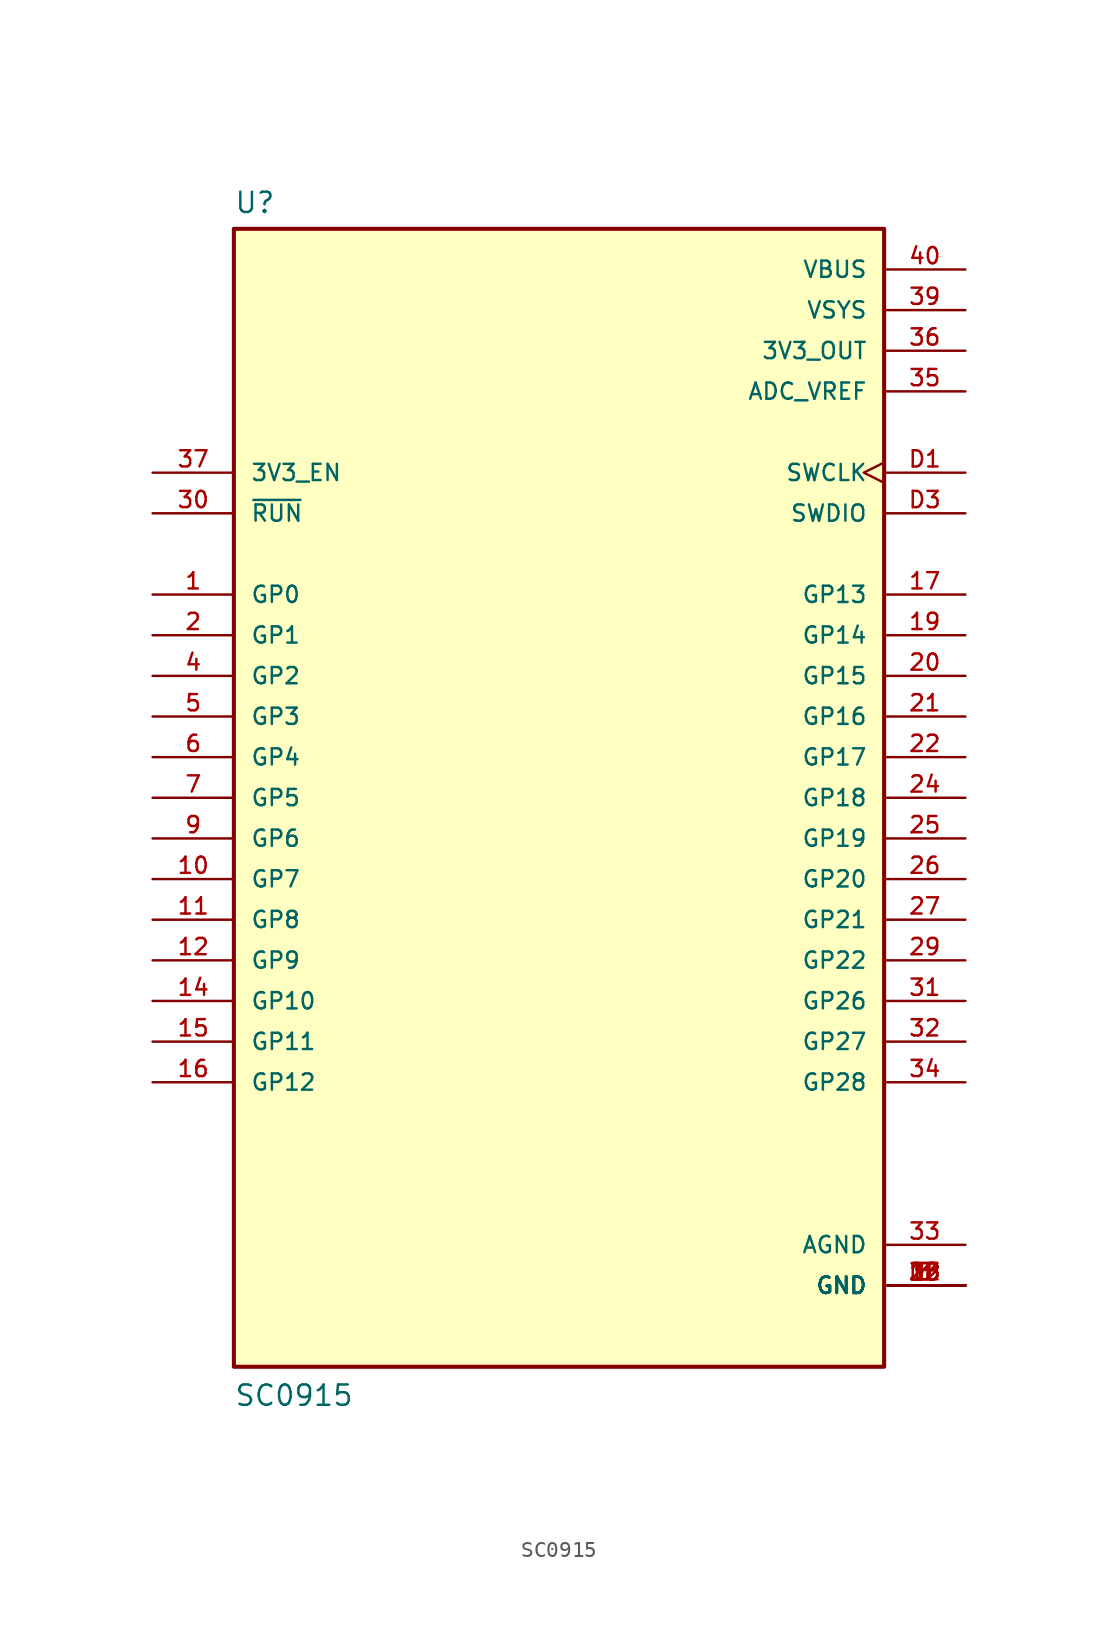
<source format=kicad_sym>
(kicad_symbol_lib
  (version 20211014)
  (generator kicad_symbol_editor)
  (symbol "SC0915"
    (pin_names
      (offset 1.016))
    (property "Reference" "U"
      (at -20.32 44.069 0)
      (effects (font (size 1.27 1.27)) (justify left bottom)))
    (property "Value" "SC0915"
      (at -20.32 -30.48 0)
      (effects (font (size 1.27 1.27)) (justify left bottom)))
    (symbol "SC0915_0_0"
      (rectangle (start -20.32 43.18) (end 20.32 -27.94) (stroke (width 0.254) (type default) (color 0 0 0 0)) (fill (type background)))
      (pin bidirectional line (at -25.4 20.32 0) (length 5.08) (name "GP0" (effects (font (size 1.016 1.016)))) (number "1" (effects (font (size 1.016 1.016)))))
      (pin bidirectional line (at -25.4 2.54 0) (length 5.08) (name "GP7" (effects (font (size 1.016 1.016)))) (number "10" (effects (font (size 1.016 1.016)))))
      (pin bidirectional line (at -25.4 0 0) (length 5.08) (name "GP8" (effects (font (size 1.016 1.016)))) (number "11" (effects (font (size 1.016 1.016)))))
      (pin bidirectional line (at -25.4 -2.54 0) (length 5.08) (name "GP9" (effects (font (size 1.016 1.016)))) (number "12" (effects (font (size 1.016 1.016)))))
      (pin power_in line (at 25.4 -22.86 180) (length 5.08) (name "GND" (effects (font (size 1.016 1.016)))) (number "13" (effects (font (size 1.016 1.016)))))
      (pin bidirectional line (at -25.4 -5.08 0) (length 5.08) (name "GP10" (effects (font (size 1.016 1.016)))) (number "14" (effects (font (size 1.016 1.016)))))
      (pin bidirectional line (at -25.4 -7.62 0) (length 5.08) (name "GP11" (effects (font (size 1.016 1.016)))) (number "15" (effects (font (size 1.016 1.016)))))
      (pin bidirectional line (at -25.4 -10.16 0) (length 5.08) (name "GP12" (effects (font (size 1.016 1.016)))) (number "16" (effects (font (size 1.016 1.016)))))
      (pin bidirectional line (at 25.4 20.32 180) (length 5.08) (name "GP13" (effects (font (size 1.016 1.016)))) (number "17" (effects (font (size 1.016 1.016)))))
      (pin power_in line (at 25.4 -22.86 180) (length 5.08) (name "GND" (effects (font (size 1.016 1.016)))) (number "18" (effects (font (size 1.016 1.016)))))
      (pin bidirectional line (at 25.4 17.78 180) (length 5.08) (name "GP14" (effects (font (size 1.016 1.016)))) (number "19" (effects (font (size 1.016 1.016)))))
      (pin bidirectional line (at -25.4 17.78 0) (length 5.08) (name "GP1" (effects (font (size 1.016 1.016)))) (number "2" (effects (font (size 1.016 1.016)))))
      (pin bidirectional line (at 25.4 15.24 180) (length 5.08) (name "GP15" (effects (font (size 1.016 1.016)))) (number "20" (effects (font (size 1.016 1.016)))))
      (pin bidirectional line (at 25.4 12.7 180) (length 5.08) (name "GP16" (effects (font (size 1.016 1.016)))) (number "21" (effects (font (size 1.016 1.016)))))
      (pin bidirectional line (at 25.4 10.16 180) (length 5.08) (name "GP17" (effects (font (size 1.016 1.016)))) (number "22" (effects (font (size 1.016 1.016)))))
      (pin power_in line (at 25.4 -22.86 180) (length 5.08) (name "GND" (effects (font (size 1.016 1.016)))) (number "23" (effects (font (size 1.016 1.016)))))
      (pin bidirectional line (at 25.4 7.62 180) (length 5.08) (name "GP18" (effects (font (size 1.016 1.016)))) (number "24" (effects (font (size 1.016 1.016)))))
      (pin bidirectional line (at 25.4 5.08 180) (length 5.08) (name "GP19" (effects (font (size 1.016 1.016)))) (number "25" (effects (font (size 1.016 1.016)))))
      (pin bidirectional line (at 25.4 2.54 180) (length 5.08) (name "GP20" (effects (font (size 1.016 1.016)))) (number "26" (effects (font (size 1.016 1.016)))))
      (pin bidirectional line (at 25.4 0 180) (length 5.08) (name "GP21" (effects (font (size 1.016 1.016)))) (number "27" (effects (font (size 1.016 1.016)))))
      (pin power_in line (at 25.4 -22.86 180) (length 5.08) (name "GND" (effects (font (size 1.016 1.016)))) (number "28" (effects (font (size 1.016 1.016)))))
      (pin bidirectional line (at 25.4 -2.54 180) (length 5.08) (name "GP22" (effects (font (size 1.016 1.016)))) (number "29" (effects (font (size 1.016 1.016)))))
      (pin power_in line (at 25.4 -22.86 180) (length 5.08) (name "GND" (effects (font (size 1.016 1.016)))) (number "3" (effects (font (size 1.016 1.016)))))
      (pin input line (at -25.4 25.4 0) (length 5.08) (name "~{RUN}" (effects (font (size 1.016 1.016)))) (number "30" (effects (font (size 1.016 1.016)))))
      (pin bidirectional line (at 25.4 -5.08 180) (length 5.08) (name "GP26" (effects (font (size 1.016 1.016)))) (number "31" (effects (font (size 1.016 1.016)))))
      (pin bidirectional line (at 25.4 -7.62 180) (length 5.08) (name "GP27" (effects (font (size 1.016 1.016)))) (number "32" (effects (font (size 1.016 1.016)))))
      (pin power_in line (at 25.4 -20.32 180) (length 5.08) (name "AGND" (effects (font (size 1.016 1.016)))) (number "33" (effects (font (size 1.016 1.016)))))
      (pin bidirectional line (at 25.4 -10.16 180) (length 5.08) (name "GP28" (effects (font (size 1.016 1.016)))) (number "34" (effects (font (size 1.016 1.016)))))
      (pin power_in line (at 25.4 33.02 180) (length 5.08) (name "ADC_VREF" (effects (font (size 1.016 1.016)))) (number "35" (effects (font (size 1.016 1.016)))))
      (pin power_in line (at 25.4 35.56 180) (length 5.08) (name "3V3_OUT" (effects (font (size 1.016 1.016)))) (number "36" (effects (font (size 1.016 1.016)))))
      (pin input line (at -25.4 27.94 0) (length 5.08) (name "3V3_EN" (effects (font (size 1.016 1.016)))) (number "37" (effects (font (size 1.016 1.016)))))
      (pin power_in line (at 25.4 -22.86 180) (length 5.08) (name "GND" (effects (font (size 1.016 1.016)))) (number "38" (effects (font (size 1.016 1.016)))))
      (pin power_in line (at 25.4 38.1 180) (length 5.08) (name "VSYS" (effects (font (size 1.016 1.016)))) (number "39" (effects (font (size 1.016 1.016)))))
      (pin bidirectional line (at -25.4 15.24 0) (length 5.08) (name "GP2" (effects (font (size 1.016 1.016)))) (number "4" (effects (font (size 1.016 1.016)))))
      (pin power_in line (at 25.4 40.64 180) (length 5.08) (name "VBUS" (effects (font (size 1.016 1.016)))) (number "40" (effects (font (size 1.016 1.016)))))
      (pin bidirectional line (at -25.4 12.7 0) (length 5.08) (name "GP3" (effects (font (size 1.016 1.016)))) (number "5" (effects (font (size 1.016 1.016)))))
      (pin bidirectional line (at -25.4 10.16 0) (length 5.08) (name "GP4" (effects (font (size 1.016 1.016)))) (number "6" (effects (font (size 1.016 1.016)))))
      (pin bidirectional line (at -25.4 7.62 0) (length 5.08) (name "GP5" (effects (font (size 1.016 1.016)))) (number "7" (effects (font (size 1.016 1.016)))))
      (pin power_in line (at 25.4 -22.86 180) (length 5.08) (name "GND" (effects (font (size 1.016 1.016)))) (number "8" (effects (font (size 1.016 1.016)))))
      (pin bidirectional line (at -25.4 5.08 0) (length 5.08) (name "GP6" (effects (font (size 1.016 1.016)))) (number "9" (effects (font (size 1.016 1.016)))))
      (pin input clock (at 25.4 27.94 180) (length 5.08) (name "SWCLK" (effects (font (size 1.016 1.016)))) (number "D1" (effects (font (size 1.016 1.016)))))
      (pin power_in line (at 25.4 -22.86 180) (length 5.08) (name "GND" (effects (font (size 1.016 1.016)))) (number "D2" (effects (font (size 1.016 1.016)))))
      (pin bidirectional line (at 25.4 25.4 180) (length 5.08) (name "SWDIO" (effects (font (size 1.016 1.016)))) (number "D3" (effects (font (size 1.016 1.016))))))))
</source>
